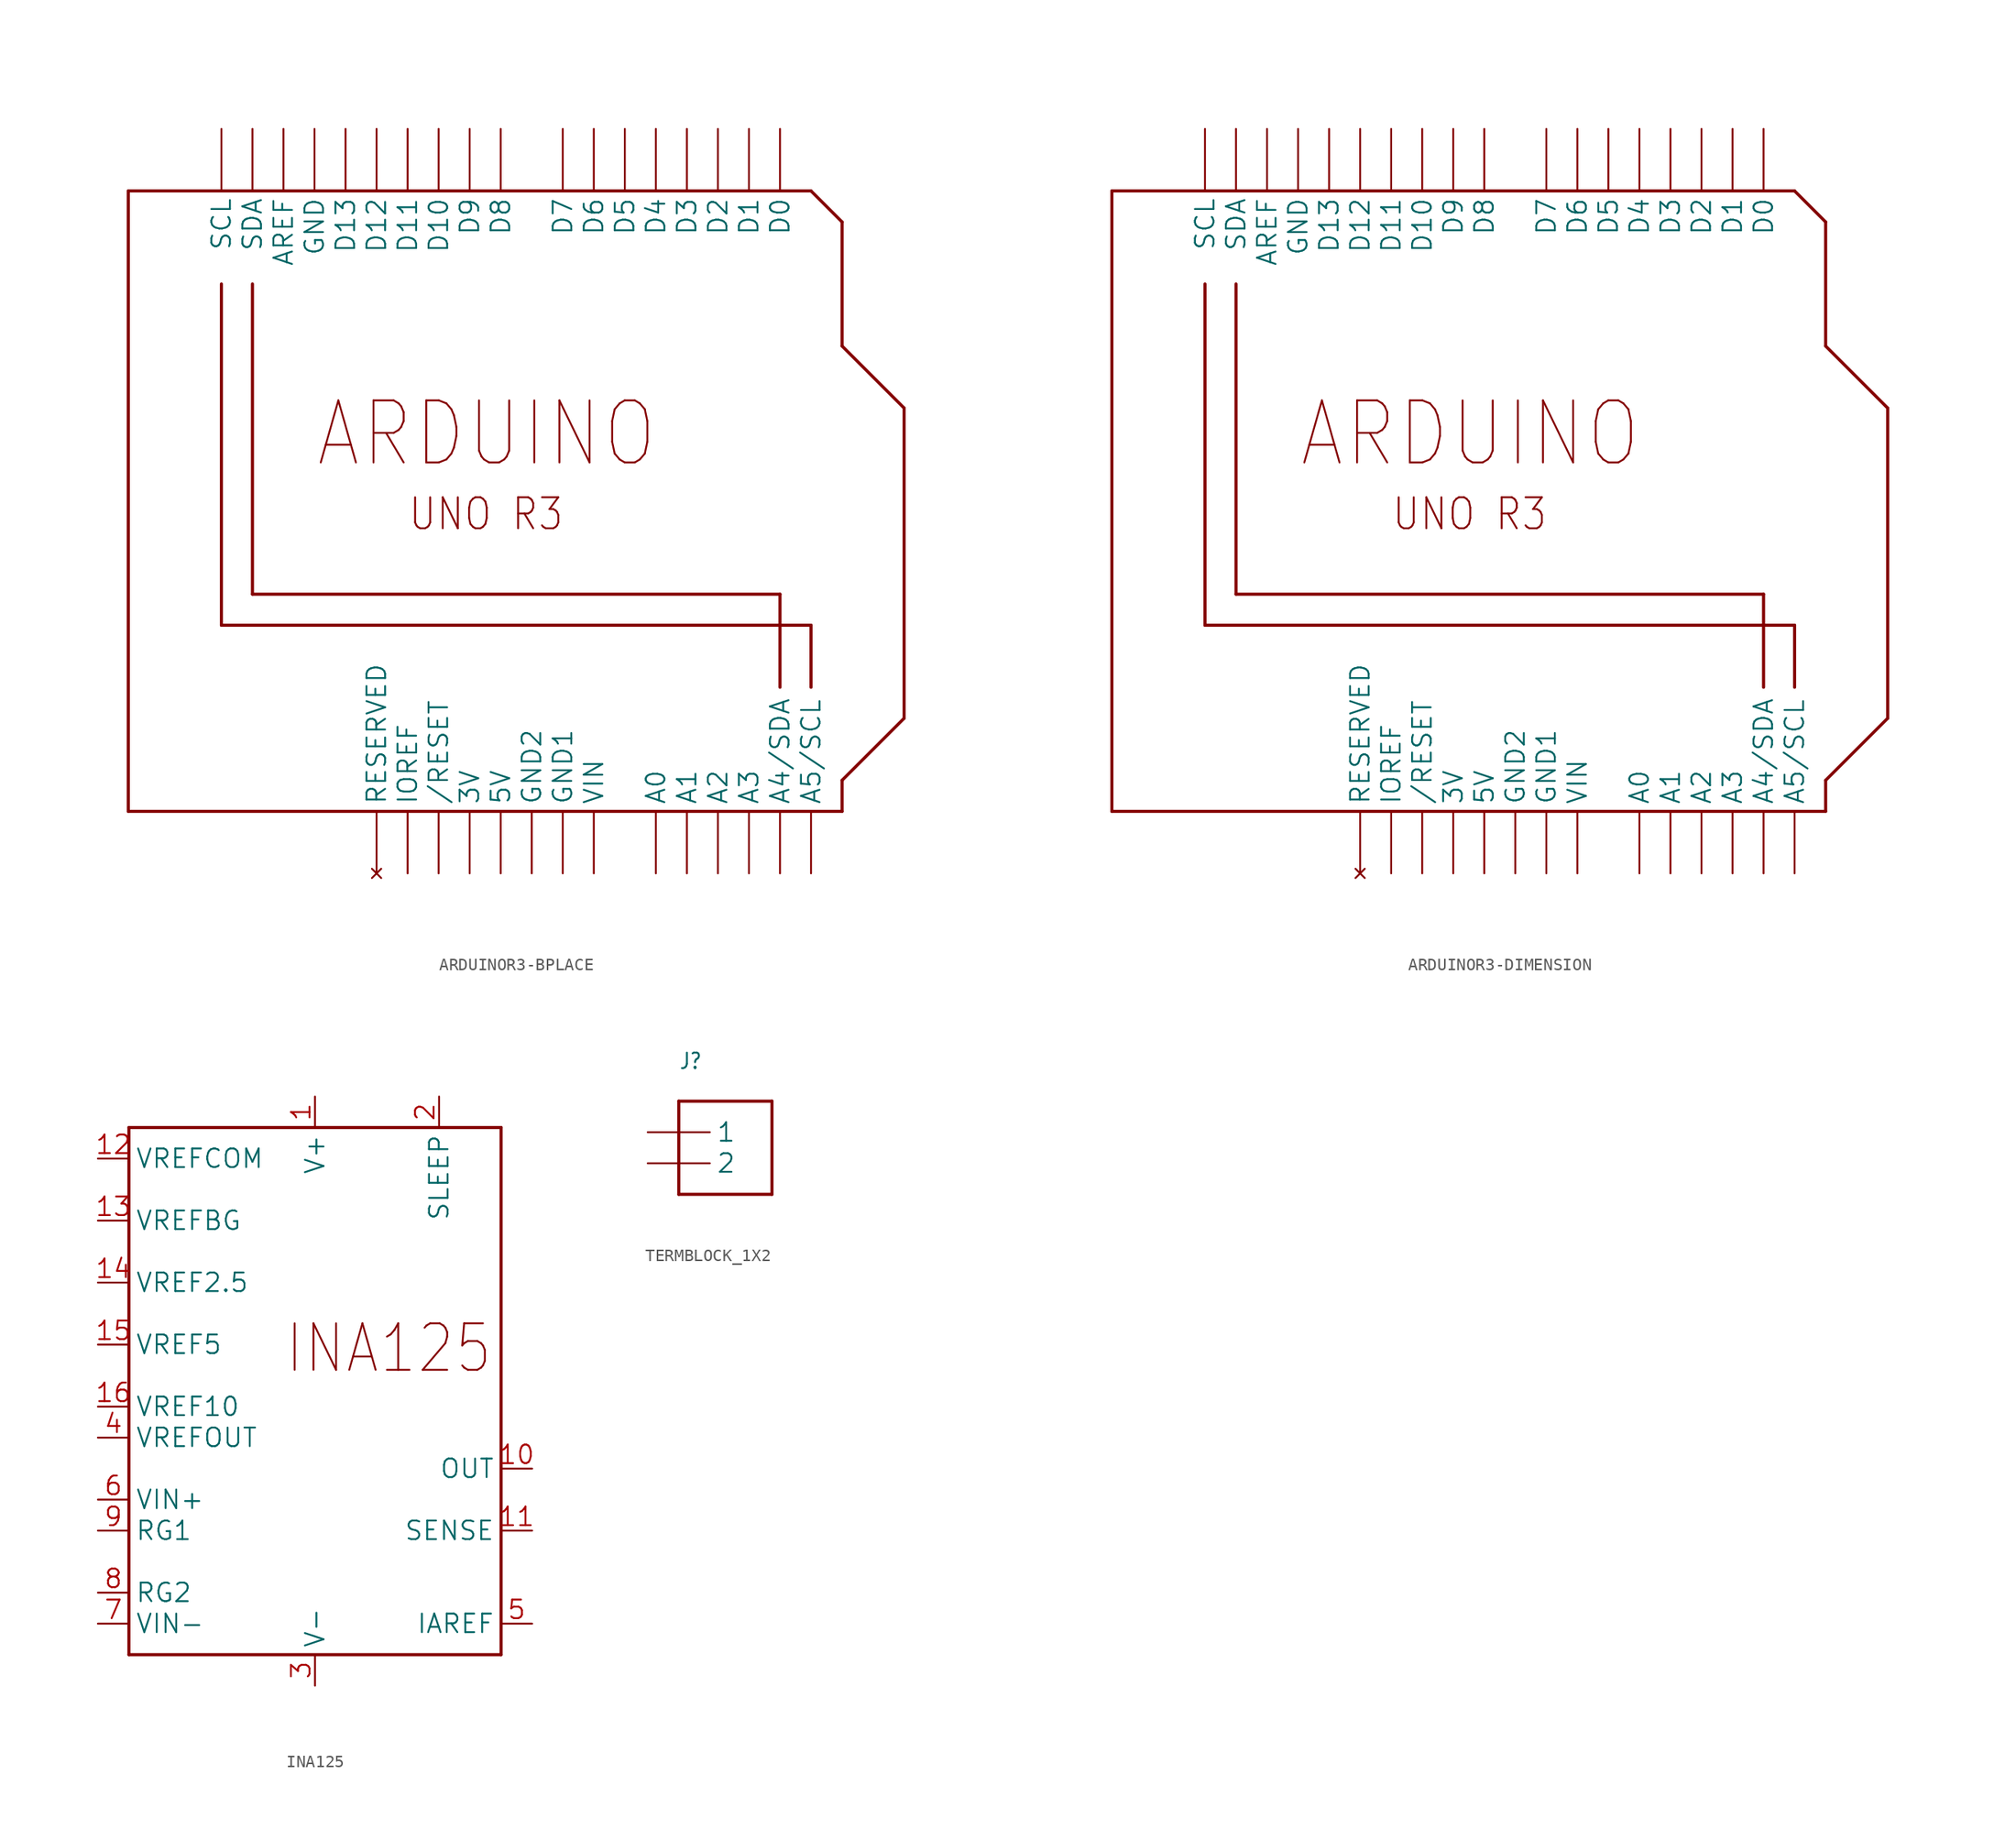
<source format=kicad_sym>
(kicad_symbol_lib
  (version 20241209)
  (generator "kicad_symbol_editor")
  (generator_version "9.0")
  (symbol "ARDUINOR3-BPLACE"
    (property "Reference" "U"
      (at 0 0 0)
      (effects (font (size 1.27 1.27)) (hide yes)))
    (property "ki_locked" ""
      (at 0 0 0)
      (effects (font (size 1.27 1.27))))
    (symbol "ARDUINOR3-BPLACE_1_0"
      (polyline (pts (xy -33.02 25.4) (xy -33.02 -25.4)) (stroke (width 0.254) (type solid)) (fill (type none)))
      (polyline (pts (xy -33.02 -25.4) (xy 25.4 -25.4)) (stroke (width 0.254) (type solid)) (fill (type none)))
      (polyline (pts (xy -25.4 17.78) (xy -25.4 -10.16)) (stroke (width 0.254) (type solid)) (fill (type none)))
      (polyline (pts (xy -25.4 -10.16) (xy 22.86 -10.16)) (stroke (width 0.254) (type solid)) (fill (type none)))
      (polyline (pts (xy -22.86 17.78) (xy -22.86 -7.62)) (stroke (width 0.254) (type solid)) (fill (type none)))
      (polyline (pts (xy -22.86 -7.62) (xy 20.32 -7.62)) (stroke (width 0.254) (type solid)) (fill (type none)))
      (polyline (pts (xy 20.32 -7.62) (xy 20.32 -15.24)) (stroke (width 0.254) (type solid)) (fill (type none)))
      (polyline (pts (xy 22.86 25.4) (xy -33.02 25.4)) (stroke (width 0.254) (type solid)) (fill (type none)))
      (polyline (pts (xy 22.86 -10.16) (xy 22.86 -15.24)) (stroke (width 0.254) (type solid)) (fill (type none)))
      (polyline (pts (xy 25.4 22.86) (xy 22.86 25.4)) (stroke (width 0.254) (type solid)) (fill (type none)))
      (polyline (pts (xy 25.4 12.7) (xy 25.4 22.86)) (stroke (width 0.254) (type solid)) (fill (type none)))
      (polyline (pts (xy 25.4 -22.86) (xy 30.48 -17.78)) (stroke (width 0.254) (type solid)) (fill (type none)))
      (polyline (pts (xy 25.4 -25.4) (xy 25.4 -22.86)) (stroke (width 0.254) (type solid)) (fill (type none)))
      (polyline (pts (xy 30.48 7.62) (xy 25.4 12.7)) (stroke (width 0.254) (type solid)) (fill (type none)))
      (polyline (pts (xy 30.48 -17.78) (xy 30.48 7.62)) (stroke (width 0.254) (type solid)) (fill (type none)))
      (text "ARDUINO" (at -17.78 2.54 0) (effects (font (size 5.08 4.318)) (justify left bottom)))
      (text "UNO R3" (at -10.16 -2.54 0) (effects (font (size 2.54 2.159)) (justify left bottom)))
      (pin bidirectional line (at -25.4 30.48 270) (length 5.08) (name "SCL" (effects (font (size 1.524 1.524)))) (number "SCL" (effects (font (size 0 0)))))
      (pin bidirectional line (at -22.86 30.48 270) (length 5.08) (name "SDA" (effects (font (size 1.524 1.524)))) (number "SDA" (effects (font (size 0 0)))))
      (pin bidirectional line (at -20.32 30.48 270) (length 5.08) (name "AREF" (effects (font (size 1.524 1.524)))) (number "AREF" (effects (font (size 0 0)))))
      (pin power_in line (at -17.78 30.48 270) (length 5.08) (name "GND" (effects (font (size 1.524 1.524)))) (number "GND" (effects (font (size 0 0)))))
      (pin bidirectional line (at -15.24 30.48 270) (length 5.08) (name "D13" (effects (font (size 1.524 1.524)))) (number "D13" (effects (font (size 0 0)))))
      (pin bidirectional line (at -12.7 30.48 270) (length 5.08) (name "D12" (effects (font (size 1.524 1.524)))) (number "D12" (effects (font (size 0 0)))))
      (pin no_connect line (at -12.7 -30.48 90) (length 5.08) (name "RESERVED" (effects (font (size 1.524 1.524)))) (number "RESERVED" (effects (font (size 0 0)))))
      (pin bidirectional line (at -10.16 30.48 270) (length 5.08) (name "D11" (effects (font (size 1.524 1.524)))) (number "D11" (effects (font (size 0 0)))))
      (pin output line (at -10.16 -30.48 90) (length 5.08) (name "IOREF" (effects (font (size 1.524 1.524)))) (number "IOREF" (effects (font (size 0 0)))))
      (pin bidirectional line (at -7.62 30.48 270) (length 5.08) (name "D10" (effects (font (size 1.524 1.524)))) (number "D10" (effects (font (size 0 0)))))
      (pin bidirectional line (at -7.62 -30.48 90) (length 5.08) (name "/RESET" (effects (font (size 1.524 1.524)))) (number "RESET" (effects (font (size 0 0)))))
      (pin bidirectional line (at -5.08 30.48 270) (length 5.08) (name "D9" (effects (font (size 1.524 1.524)))) (number "D9" (effects (font (size 0 0)))))
      (pin power_in line (at -5.08 -30.48 90) (length 5.08) (name "3V" (effects (font (size 1.524 1.524)))) (number "3V" (effects (font (size 0 0)))))
      (pin bidirectional line (at -2.54 30.48 270) (length 5.08) (name "D8" (effects (font (size 1.524 1.524)))) (number "D8" (effects (font (size 0 0)))))
      (pin power_in line (at -2.54 -30.48 90) (length 5.08) (name "5V" (effects (font (size 1.524 1.524)))) (number "5V" (effects (font (size 0 0)))))
      (pin power_in line (at 0 -30.48 90) (length 5.08) (name "GND2" (effects (font (size 1.524 1.524)))) (number "GND2" (effects (font (size 0 0)))))
      (pin bidirectional line (at 2.54 30.48 270) (length 5.08) (name "D7" (effects (font (size 1.524 1.524)))) (number "D7" (effects (font (size 0 0)))))
      (pin power_in line (at 2.54 -30.48 90) (length 5.08) (name "GND1" (effects (font (size 1.524 1.524)))) (number "GND1" (effects (font (size 0 0)))))
      (pin bidirectional line (at 5.08 30.48 270) (length 5.08) (name "D6" (effects (font (size 1.524 1.524)))) (number "D6" (effects (font (size 0 0)))))
      (pin power_in line (at 5.08 -30.48 90) (length 5.08) (name "VIN" (effects (font (size 1.524 1.524)))) (number "VIN" (effects (font (size 0 0)))))
      (pin bidirectional line (at 7.62 30.48 270) (length 5.08) (name "D5" (effects (font (size 1.524 1.524)))) (number "D5" (effects (font (size 0 0)))))
      (pin bidirectional line (at 10.16 30.48 270) (length 5.08) (name "D4" (effects (font (size 1.524 1.524)))) (number "D4" (effects (font (size 0 0)))))
      (pin bidirectional line (at 10.16 -30.48 90) (length 5.08) (name "A0" (effects (font (size 1.524 1.524)))) (number "A0" (effects (font (size 0 0)))))
      (pin bidirectional line (at 12.7 30.48 270) (length 5.08) (name "D3" (effects (font (size 1.524 1.524)))) (number "D3" (effects (font (size 0 0)))))
      (pin bidirectional line (at 12.7 -30.48 90) (length 5.08) (name "A1" (effects (font (size 1.524 1.524)))) (number "A1" (effects (font (size 0 0)))))
      (pin bidirectional line (at 15.24 30.48 270) (length 5.08) (name "D2" (effects (font (size 1.524 1.524)))) (number "D2" (effects (font (size 0 0)))))
      (pin bidirectional line (at 15.24 -30.48 90) (length 5.08) (name "A2" (effects (font (size 1.524 1.524)))) (number "A2" (effects (font (size 0 0)))))
      (pin bidirectional line (at 17.78 30.48 270) (length 5.08) (name "D1" (effects (font (size 1.524 1.524)))) (number "D1" (effects (font (size 0 0)))))
      (pin bidirectional line (at 17.78 -30.48 90) (length 5.08) (name "A3" (effects (font (size 1.524 1.524)))) (number "A3" (effects (font (size 0 0)))))
      (pin bidirectional line (at 20.32 30.48 270) (length 5.08) (name "D0" (effects (font (size 1.524 1.524)))) (number "D0" (effects (font (size 0 0)))))
      (pin bidirectional line (at 20.32 -30.48 90) (length 5.08) (name "A4/SDA" (effects (font (size 1.524 1.524)))) (number "A4" (effects (font (size 0 0)))))
      (pin bidirectional line (at 22.86 -30.48 90) (length 5.08) (name "A5/SCL" (effects (font (size 1.524 1.524)))) (number "A5" (effects (font (size 0 0)))))))
  (symbol "ARDUINOR3-DIMENSION"
    (property "Reference" "U"
      (at 0 0 0)
      (effects (font (size 1.27 1.27)) (hide yes)))
    (property "ki_locked" ""
      (at 0 0 0)
      (effects (font (size 1.27 1.27))))
    (symbol "ARDUINOR3-DIMENSION_1_0"
      (polyline (pts (xy -33.02 25.4) (xy -33.02 -25.4)) (stroke (width 0.254) (type solid)) (fill (type none)))
      (polyline (pts (xy -33.02 -25.4) (xy 25.4 -25.4)) (stroke (width 0.254) (type solid)) (fill (type none)))
      (polyline (pts (xy -25.4 17.78) (xy -25.4 -10.16)) (stroke (width 0.254) (type solid)) (fill (type none)))
      (polyline (pts (xy -25.4 -10.16) (xy 22.86 -10.16)) (stroke (width 0.254) (type solid)) (fill (type none)))
      (polyline (pts (xy -22.86 17.78) (xy -22.86 -7.62)) (stroke (width 0.254) (type solid)) (fill (type none)))
      (polyline (pts (xy -22.86 -7.62) (xy 20.32 -7.62)) (stroke (width 0.254) (type solid)) (fill (type none)))
      (polyline (pts (xy 20.32 -7.62) (xy 20.32 -15.24)) (stroke (width 0.254) (type solid)) (fill (type none)))
      (polyline (pts (xy 22.86 25.4) (xy -33.02 25.4)) (stroke (width 0.254) (type solid)) (fill (type none)))
      (polyline (pts (xy 22.86 -10.16) (xy 22.86 -15.24)) (stroke (width 0.254) (type solid)) (fill (type none)))
      (polyline (pts (xy 25.4 22.86) (xy 22.86 25.4)) (stroke (width 0.254) (type solid)) (fill (type none)))
      (polyline (pts (xy 25.4 12.7) (xy 25.4 22.86)) (stroke (width 0.254) (type solid)) (fill (type none)))
      (polyline (pts (xy 25.4 -22.86) (xy 30.48 -17.78)) (stroke (width 0.254) (type solid)) (fill (type none)))
      (polyline (pts (xy 25.4 -25.4) (xy 25.4 -22.86)) (stroke (width 0.254) (type solid)) (fill (type none)))
      (polyline (pts (xy 30.48 7.62) (xy 25.4 12.7)) (stroke (width 0.254) (type solid)) (fill (type none)))
      (polyline (pts (xy 30.48 -17.78) (xy 30.48 7.62)) (stroke (width 0.254) (type solid)) (fill (type none)))
      (text "ARDUINO" (at -17.78 2.54 0) (effects (font (size 5.08 4.318)) (justify left bottom)))
      (text "UNO R3" (at -10.16 -2.54 0) (effects (font (size 2.54 2.159)) (justify left bottom)))
      (pin bidirectional line (at -25.4 30.48 270) (length 5.08) (name "SCL" (effects (font (size 1.524 1.524)))) (number "SCL" (effects (font (size 0 0)))))
      (pin bidirectional line (at -22.86 30.48 270) (length 5.08) (name "SDA" (effects (font (size 1.524 1.524)))) (number "SDA" (effects (font (size 0 0)))))
      (pin bidirectional line (at -20.32 30.48 270) (length 5.08) (name "AREF" (effects (font (size 1.524 1.524)))) (number "AREF" (effects (font (size 0 0)))))
      (pin power_in line (at -17.78 30.48 270) (length 5.08) (name "GND" (effects (font (size 1.524 1.524)))) (number "GND" (effects (font (size 0 0)))))
      (pin bidirectional line (at -15.24 30.48 270) (length 5.08) (name "D13" (effects (font (size 1.524 1.524)))) (number "D13" (effects (font (size 0 0)))))
      (pin bidirectional line (at -12.7 30.48 270) (length 5.08) (name "D12" (effects (font (size 1.524 1.524)))) (number "D12" (effects (font (size 0 0)))))
      (pin no_connect line (at -12.7 -30.48 90) (length 5.08) (name "RESERVED" (effects (font (size 1.524 1.524)))) (number "RESERVED" (effects (font (size 0 0)))))
      (pin bidirectional line (at -10.16 30.48 270) (length 5.08) (name "D11" (effects (font (size 1.524 1.524)))) (number "D11" (effects (font (size 0 0)))))
      (pin output line (at -10.16 -30.48 90) (length 5.08) (name "IOREF" (effects (font (size 1.524 1.524)))) (number "IOREF" (effects (font (size 0 0)))))
      (pin bidirectional line (at -7.62 30.48 270) (length 5.08) (name "D10" (effects (font (size 1.524 1.524)))) (number "D10" (effects (font (size 0 0)))))
      (pin bidirectional line (at -7.62 -30.48 90) (length 5.08) (name "/RESET" (effects (font (size 1.524 1.524)))) (number "RESET" (effects (font (size 0 0)))))
      (pin bidirectional line (at -5.08 30.48 270) (length 5.08) (name "D9" (effects (font (size 1.524 1.524)))) (number "D9" (effects (font (size 0 0)))))
      (pin power_in line (at -5.08 -30.48 90) (length 5.08) (name "3V" (effects (font (size 1.524 1.524)))) (number "3V" (effects (font (size 0 0)))))
      (pin bidirectional line (at -2.54 30.48 270) (length 5.08) (name "D8" (effects (font (size 1.524 1.524)))) (number "D8" (effects (font (size 0 0)))))
      (pin power_in line (at -2.54 -30.48 90) (length 5.08) (name "5V" (effects (font (size 1.524 1.524)))) (number "5V" (effects (font (size 0 0)))))
      (pin power_in line (at 0 -30.48 90) (length 5.08) (name "GND2" (effects (font (size 1.524 1.524)))) (number "GND2" (effects (font (size 0 0)))))
      (pin bidirectional line (at 2.54 30.48 270) (length 5.08) (name "D7" (effects (font (size 1.524 1.524)))) (number "D7" (effects (font (size 0 0)))))
      (pin power_in line (at 2.54 -30.48 90) (length 5.08) (name "GND1" (effects (font (size 1.524 1.524)))) (number "GND1" (effects (font (size 0 0)))))
      (pin bidirectional line (at 5.08 30.48 270) (length 5.08) (name "D6" (effects (font (size 1.524 1.524)))) (number "D6" (effects (font (size 0 0)))))
      (pin power_in line (at 5.08 -30.48 90) (length 5.08) (name "VIN" (effects (font (size 1.524 1.524)))) (number "VIN" (effects (font (size 0 0)))))
      (pin bidirectional line (at 7.62 30.48 270) (length 5.08) (name "D5" (effects (font (size 1.524 1.524)))) (number "D5" (effects (font (size 0 0)))))
      (pin bidirectional line (at 10.16 30.48 270) (length 5.08) (name "D4" (effects (font (size 1.524 1.524)))) (number "D4" (effects (font (size 0 0)))))
      (pin bidirectional line (at 10.16 -30.48 90) (length 5.08) (name "A0" (effects (font (size 1.524 1.524)))) (number "A0" (effects (font (size 0 0)))))
      (pin bidirectional line (at 12.7 30.48 270) (length 5.08) (name "D3" (effects (font (size 1.524 1.524)))) (number "D3" (effects (font (size 0 0)))))
      (pin bidirectional line (at 12.7 -30.48 90) (length 5.08) (name "A1" (effects (font (size 1.524 1.524)))) (number "A1" (effects (font (size 0 0)))))
      (pin bidirectional line (at 15.24 30.48 270) (length 5.08) (name "D2" (effects (font (size 1.524 1.524)))) (number "D2" (effects (font (size 0 0)))))
      (pin bidirectional line (at 15.24 -30.48 90) (length 5.08) (name "A2" (effects (font (size 1.524 1.524)))) (number "A2" (effects (font (size 0 0)))))
      (pin bidirectional line (at 17.78 30.48 270) (length 5.08) (name "D1" (effects (font (size 1.524 1.524)))) (number "D1" (effects (font (size 0 0)))))
      (pin bidirectional line (at 17.78 -30.48 90) (length 5.08) (name "A3" (effects (font (size 1.524 1.524)))) (number "A3" (effects (font (size 0 0)))))
      (pin bidirectional line (at 20.32 30.48 270) (length 5.08) (name "D0" (effects (font (size 1.524 1.524)))) (number "D0" (effects (font (size 0 0)))))
      (pin bidirectional line (at 20.32 -30.48 90) (length 5.08) (name "A4/SDA" (effects (font (size 1.524 1.524)))) (number "A4" (effects (font (size 0 0)))))
      (pin bidirectional line (at 22.86 -30.48 90) (length 5.08) (name "A5/SCL" (effects (font (size 1.524 1.524)))) (number "A5" (effects (font (size 0 0)))))))
  (symbol "INA125"
    (property "Reference" "IC"
      (at 0 0 0)
      (effects (font (size 1.27 1.27)) (hide yes)))
    (property "ki_locked" ""
      (at 0 0 0)
      (effects (font (size 1.27 1.27))))
    (symbol "INA125_1_0"
      (polyline (pts (xy -15.24 20.32) (xy -15.24 -22.86)) (stroke (width 0.254) (type solid)) (fill (type none)))
      (polyline (pts (xy -15.24 20.32) (xy 15.24 20.32)) (stroke (width 0.254) (type solid)) (fill (type none)))
      (polyline (pts (xy -15.24 -22.86) (xy 15.24 -22.86)) (stroke (width 0.254) (type solid)) (fill (type none)))
      (polyline (pts (xy 15.24 -22.86) (xy 15.24 20.32)) (stroke (width 0.254) (type solid)) (fill (type none)))
      (text "INA125" (at -2.54 0 0) (effects (font (size 3.81 3.239)) (justify left bottom)))
      (pin input line (at -17.78 17.78 0) (length 2.54) (name "VREFCOM" (effects (font (size 1.524 1.524)))) (number "12" (effects (font (size 1.524 1.524)))))
      (pin output line (at -17.78 12.7 0) (length 2.54) (name "VREFBG" (effects (font (size 1.524 1.524)))) (number "13" (effects (font (size 1.524 1.524)))))
      (pin output line (at -17.78 7.62 0) (length 2.54) (name "VREF2.5" (effects (font (size 1.524 1.524)))) (number "14" (effects (font (size 1.524 1.524)))))
      (pin output line (at -17.78 2.54 0) (length 2.54) (name "VREF5" (effects (font (size 1.524 1.524)))) (number "15" (effects (font (size 1.524 1.524)))))
      (pin output line (at -17.78 -2.54 0) (length 2.54) (name "VREF10" (effects (font (size 1.524 1.524)))) (number "16" (effects (font (size 1.524 1.524)))))
      (pin output line (at -17.78 -5.08 0) (length 2.54) (name "VREFOUT" (effects (font (size 1.524 1.524)))) (number "4" (effects (font (size 1.524 1.524)))))
      (pin input line (at -17.78 -10.16 0) (length 2.54) (name "VIN+" (effects (font (size 1.524 1.524)))) (number "6" (effects (font (size 1.524 1.524)))))
      (pin bidirectional line (at -17.78 -12.7 0) (length 2.54) (name "RG1" (effects (font (size 1.524 1.524)))) (number "9" (effects (font (size 1.524 1.524)))))
      (pin bidirectional line (at -17.78 -17.78 0) (length 2.54) (name "RG2" (effects (font (size 1.524 1.524)))) (number "8" (effects (font (size 1.524 1.524)))))
      (pin input line (at -17.78 -20.32 0) (length 2.54) (name "VIN-" (effects (font (size 1.524 1.524)))) (number "7" (effects (font (size 1.524 1.524)))))
      (pin power_in line (at 0 22.86 270) (length 2.54) (name "V+" (effects (font (size 1.524 1.524)))) (number "1" (effects (font (size 1.524 1.524)))))
      (pin bidirectional line (at 0 -25.4 90) (length 2.54) (name "V-" (effects (font (size 1.524 1.524)))) (number "3" (effects (font (size 1.524 1.524)))))
      (pin input line (at 10.16 22.86 270) (length 2.54) (name "SLEEP" (effects (font (size 1.524 1.524)))) (number "2" (effects (font (size 1.524 1.524)))))
      (pin output line (at 17.78 -7.62 180) (length 2.54) (name "OUT" (effects (font (size 1.524 1.524)))) (number "10" (effects (font (size 1.524 1.524)))))
      (pin output line (at 17.78 -12.7 180) (length 2.54) (name "SENSE" (effects (font (size 1.524 1.524)))) (number "11" (effects (font (size 1.524 1.524)))))
      (pin bidirectional line (at 17.78 -20.32 180) (length 2.54) (name "IAREF" (effects (font (size 1.524 1.524)))) (number "5" (effects (font (size 1.524 1.524)))))))
  (symbol "TERMBLOCK_1X2"
    (property "Reference" "J"
      (at -2.54 7.62 0)
      (effects (font (size 1.27 1.079)) (justify left bottom)))
    (property "Value" ""
      (at -2.54 -5.08 0)
      (effects (font (size 1.27 1.079)) (justify left bottom)))
    (property "ki_locked" ""
      (at 0 0 0)
      (effects (font (size 1.27 1.27))))
    (symbol "TERMBLOCK_1X2_1_0"
      (polyline (pts (xy -2.54 5.08) (xy -2.54 -2.54)) (stroke (width 0.254) (type solid)) (fill (type none)))
      (polyline (pts (xy -2.54 -2.54) (xy 5.08 -2.54)) (stroke (width 0.254) (type solid)) (fill (type none)))
      (polyline (pts (xy 5.08 5.08) (xy -2.54 5.08)) (stroke (width 0.254) (type solid)) (fill (type none)))
      (polyline (pts (xy 5.08 -2.54) (xy 5.08 5.08)) (stroke (width 0.254) (type solid)) (fill (type none)))
      (pin passive line (at -5.08 2.54 0) (length 5.08) (name "1" (effects (font (size 1.524 1.524)))) (number "1" (effects (font (size 0 0)))))
      (pin passive line (at -5.08 0 0) (length 5.08) (name "2" (effects (font (size 1.524 1.524)))) (number "2" (effects (font (size 0 0))))))))
</source>
